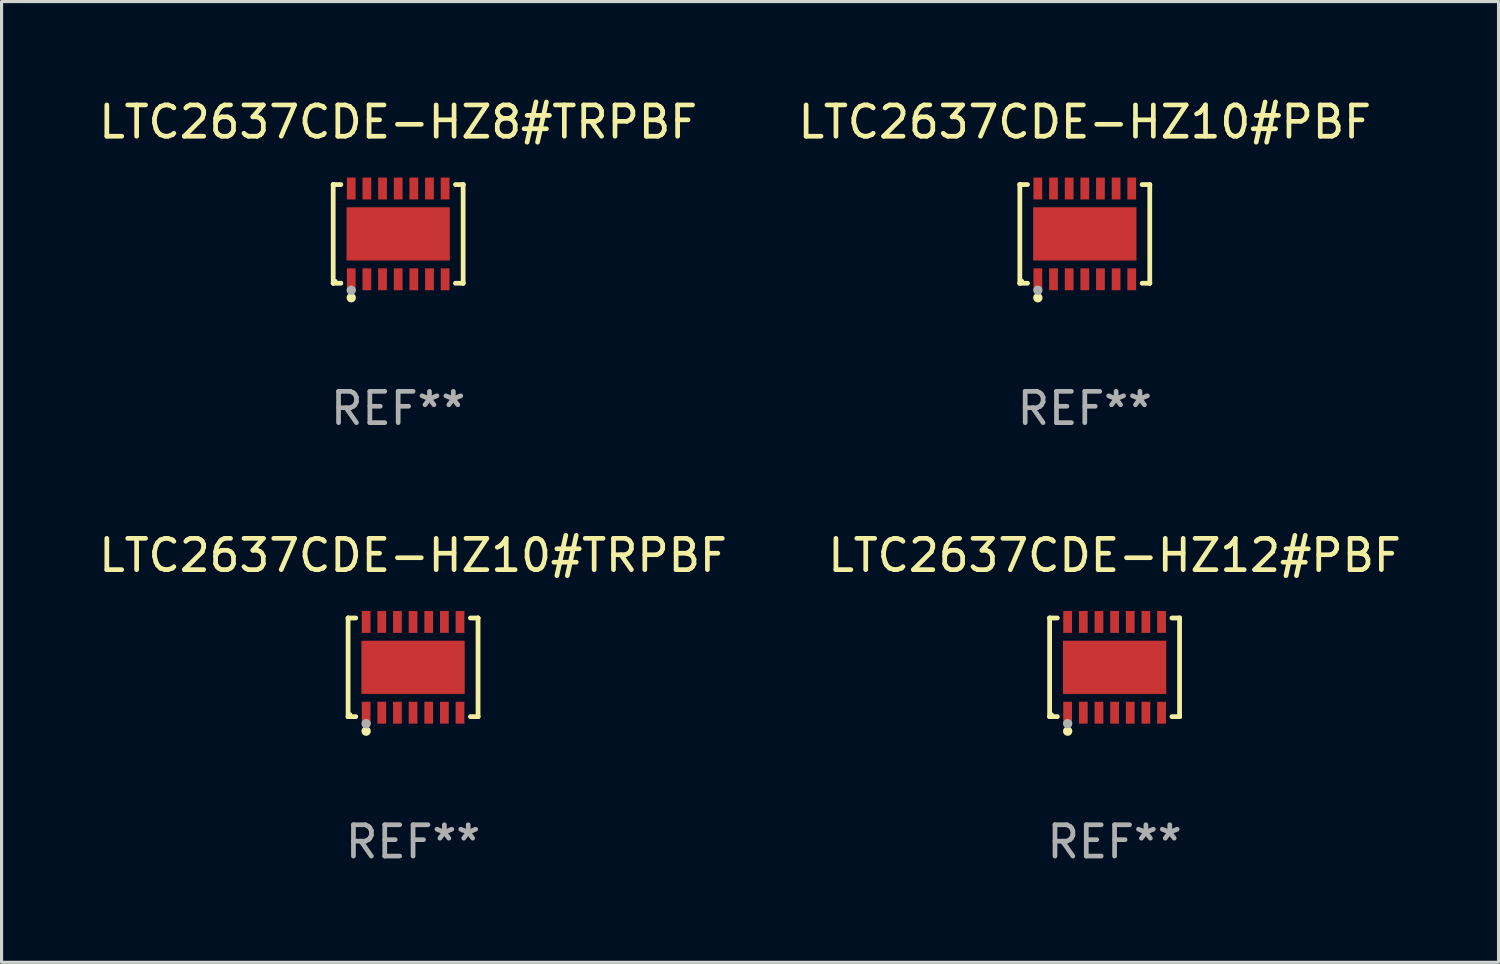
<source format=kicad_pcb>
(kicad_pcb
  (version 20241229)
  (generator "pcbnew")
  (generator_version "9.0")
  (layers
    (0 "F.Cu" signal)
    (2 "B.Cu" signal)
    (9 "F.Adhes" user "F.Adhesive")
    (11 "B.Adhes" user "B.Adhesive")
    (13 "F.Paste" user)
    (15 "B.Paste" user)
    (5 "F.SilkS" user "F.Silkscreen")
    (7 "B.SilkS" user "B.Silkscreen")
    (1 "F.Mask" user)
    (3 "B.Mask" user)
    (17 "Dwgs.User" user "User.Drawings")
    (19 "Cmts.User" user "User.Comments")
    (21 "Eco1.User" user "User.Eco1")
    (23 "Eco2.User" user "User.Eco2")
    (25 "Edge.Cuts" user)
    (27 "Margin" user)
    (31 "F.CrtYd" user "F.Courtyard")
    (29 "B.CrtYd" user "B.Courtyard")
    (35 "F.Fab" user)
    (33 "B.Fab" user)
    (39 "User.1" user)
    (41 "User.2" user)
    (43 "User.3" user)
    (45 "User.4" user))
  (footprint "LTC2637CDE-HZ10#PBF"
    (layer "F.Cu")
    (at 31.613 4.424)
    (property "Reference" "LTC2637CDE-HZ10#PBF" (at 0 -3.576 0) (layer "F.SilkS") (effects (font (size 1 1) (thickness 0.15))))
    (attr through_hole)
    (fp_line (start -2.076 -1.576) (end -2.076 -1.576) (stroke (width 0.152) (type solid)) (layer "F.SilkS"))
    (fp_line (start -2.076 -1.576) (end -1.831 -1.576) (stroke (width 0.152) (type solid)) (layer "F.SilkS"))
    (fp_line (start -2.076 1.576) (end -2.076 -1.576) (stroke (width 0.152) (type solid)) (layer "F.SilkS"))
    (fp_line (start -2.076 1.576) (end -2.076 1.576) (stroke (width 0.152) (type solid)) (layer "F.SilkS"))
    (fp_line (start -1.831 1.576) (end -2.076 1.576) (stroke (width 0.152) (type solid)) (layer "F.SilkS"))
    (fp_line (start 1.831 1.576) (end 2.076 1.576) (stroke (width 0.152) (type solid)) (layer "F.SilkS"))
    (fp_line (start 2.076 -1.576) (end 1.831 -1.576) (stroke (width 0.152) (type solid)) (layer "F.SilkS"))
    (fp_line (start 2.076 -1.576) (end 2.076 -1.576) (stroke (width 0.152) (type solid)) (layer "F.SilkS"))
    (fp_line (start 2.076 1.576) (end 2.076 -1.576) (stroke (width 0.152) (type solid)) (layer "F.SilkS"))
    (fp_line (start 2.076 1.576) (end 2.076 1.576) (stroke (width 0.152) (type solid)) (layer "F.SilkS"))
    (fp_circle (center -2 1.5) (end -1.97 1.5) (stroke (width 0.06) (type solid)) (fill no) (layer "F.SilkS"))
    (fp_circle (center -1.5 2.04) (end -1.425 2.04) (stroke (width 0.15) (type solid)) (fill no) (layer "F.SilkS"))
    (fp_circle (center -1.5 1.8) (end -1.425 1.8) (stroke (width 0.15) (type solid)) (fill no) (layer "F.Fab"))
    (fp_text user "REF**" (at 0 5.576 0) (layer "F.Fab") (effects (font (size 1 1) (thickness 0.15))))
    (pad "1" smd rect (at -1.5 1.45) (size 0.28 0.7) (layers "F.Cu" "F.Mask" "F.Paste"))
    (pad "2" smd rect (at -1 1.45) (size 0.28 0.7) (layers "F.Cu" "F.Mask" "F.Paste"))
    (pad "3" smd rect (at -0.5 1.45) (size 0.28 0.7) (layers "F.Cu" "F.Mask" "F.Paste"))
    (pad "4" smd rect (at 0 1.45) (size 0.28 0.7) (layers "F.Cu" "F.Mask" "F.Paste"))
    (pad "5" smd rect (at 0.5 1.45) (size 0.28 0.7) (layers "F.Cu" "F.Mask" "F.Paste"))
    (pad "6" smd rect (at 1 1.45) (size 0.28 0.7) (layers "F.Cu" "F.Mask" "F.Paste"))
    (pad "7" smd rect (at 1.5 1.45) (size 0.28 0.7) (layers "F.Cu" "F.Mask" "F.Paste"))
    (pad "8" smd rect (at 1.5 -1.45) (size 0.28 0.7) (layers "F.Cu" "F.Mask" "F.Paste"))
    (pad "9" smd rect (at 1 -1.45) (size 0.28 0.7) (layers "F.Cu" "F.Mask" "F.Paste"))
    (pad "10" smd rect (at 0.5 -1.45) (size 0.28 0.7) (layers "F.Cu" "F.Mask" "F.Paste"))
    (pad "11" smd rect (at 0 -1.45) (size 0.28 0.7) (layers "F.Cu" "F.Mask" "F.Paste"))
    (pad "12" smd rect (at -0.5 -1.45) (size 0.28 0.7) (layers "F.Cu" "F.Mask" "F.Paste"))
    (pad "13" smd rect (at -1 -1.45) (size 0.28 0.7) (layers "F.Cu" "F.Mask" "F.Paste"))
    (pad "14" smd rect (at -1.5 -1.45) (size 0.28 0.7) (layers "F.Cu" "F.Mask" "F.Paste"))
    (pad "15" smd rect (at 0 0) (size 3.3 1.7) (layers "F.Cu" "F.Mask" "F.Paste")))
  (footprint "LTC2637CDE-HZ8#TRPBF"
    (layer "F.Cu")
    (at 9.673 4.424)
    (property "Reference" "LTC2637CDE-HZ8#TRPBF" (at 0 -3.576 0) (layer "F.SilkS") (effects (font (size 1 1) (thickness 0.15))))
    (attr through_hole)
    (fp_line (start -2.076 -1.576) (end -2.076 -1.576) (stroke (width 0.152) (type solid)) (layer "F.SilkS"))
    (fp_line (start -2.076 -1.576) (end -1.831 -1.576) (stroke (width 0.152) (type solid)) (layer "F.SilkS"))
    (fp_line (start -2.076 1.576) (end -2.076 -1.576) (stroke (width 0.152) (type solid)) (layer "F.SilkS"))
    (fp_line (start -2.076 1.576) (end -2.076 1.576) (stroke (width 0.152) (type solid)) (layer "F.SilkS"))
    (fp_line (start -1.831 1.576) (end -2.076 1.576) (stroke (width 0.152) (type solid)) (layer "F.SilkS"))
    (fp_line (start 1.831 1.576) (end 2.076 1.576) (stroke (width 0.152) (type solid)) (layer "F.SilkS"))
    (fp_line (start 2.076 -1.576) (end 1.831 -1.576) (stroke (width 0.152) (type solid)) (layer "F.SilkS"))
    (fp_line (start 2.076 -1.576) (end 2.076 -1.576) (stroke (width 0.152) (type solid)) (layer "F.SilkS"))
    (fp_line (start 2.076 1.576) (end 2.076 -1.576) (stroke (width 0.152) (type solid)) (layer "F.SilkS"))
    (fp_line (start 2.076 1.576) (end 2.076 1.576) (stroke (width 0.152) (type solid)) (layer "F.SilkS"))
    (fp_circle (center -2 1.5) (end -1.97 1.5) (stroke (width 0.06) (type solid)) (fill no) (layer "F.SilkS"))
    (fp_circle (center -1.5 2.04) (end -1.425 2.04) (stroke (width 0.15) (type solid)) (fill no) (layer "F.SilkS"))
    (fp_circle (center -1.5 1.8) (end -1.425 1.8) (stroke (width 0.15) (type solid)) (fill no) (layer "F.Fab"))
    (fp_text user "REF**" (at 0 5.576 0) (layer "F.Fab") (effects (font (size 1 1) (thickness 0.15))))
    (pad "1" smd rect (at -1.5 1.45) (size 0.28 0.7) (layers "F.Cu" "F.Mask" "F.Paste"))
    (pad "2" smd rect (at -1 1.45) (size 0.28 0.7) (layers "F.Cu" "F.Mask" "F.Paste"))
    (pad "3" smd rect (at -0.5 1.45) (size 0.28 0.7) (layers "F.Cu" "F.Mask" "F.Paste"))
    (pad "4" smd rect (at 0 1.45) (size 0.28 0.7) (layers "F.Cu" "F.Mask" "F.Paste"))
    (pad "5" smd rect (at 0.5 1.45) (size 0.28 0.7) (layers "F.Cu" "F.Mask" "F.Paste"))
    (pad "6" smd rect (at 1 1.45) (size 0.28 0.7) (layers "F.Cu" "F.Mask" "F.Paste"))
    (pad "7" smd rect (at 1.5 1.45) (size 0.28 0.7) (layers "F.Cu" "F.Mask" "F.Paste"))
    (pad "8" smd rect (at 1.5 -1.45) (size 0.28 0.7) (layers "F.Cu" "F.Mask" "F.Paste"))
    (pad "9" smd rect (at 1 -1.45) (size 0.28 0.7) (layers "F.Cu" "F.Mask" "F.Paste"))
    (pad "10" smd rect (at 0.5 -1.45) (size 0.28 0.7) (layers "F.Cu" "F.Mask" "F.Paste"))
    (pad "11" smd rect (at 0 -1.45) (size 0.28 0.7) (layers "F.Cu" "F.Mask" "F.Paste"))
    (pad "12" smd rect (at -0.5 -1.45) (size 0.28 0.7) (layers "F.Cu" "F.Mask" "F.Paste"))
    (pad "13" smd rect (at -1 -1.45) (size 0.28 0.7) (layers "F.Cu" "F.Mask" "F.Paste"))
    (pad "14" smd rect (at -1.5 -1.45) (size 0.28 0.7) (layers "F.Cu" "F.Mask" "F.Paste"))
    (pad "15" smd rect (at 0 0) (size 3.3 1.7) (layers "F.Cu" "F.Mask" "F.Paste")))
  (footprint "LTC2637CDE-HZ10#TRPBF"
    (layer "F.Cu")
    (at 10.149 18.273)
    (property "Reference" "LTC2637CDE-HZ10#TRPBF" (at 0 -3.576 0) (layer "F.SilkS") (effects (font (size 1 1) (thickness 0.15))))
    (attr through_hole)
    (fp_line (start -2.076 -1.576) (end -2.076 -1.576) (stroke (width 0.152) (type solid)) (layer "F.SilkS"))
    (fp_line (start -2.076 -1.576) (end -1.831 -1.576) (stroke (width 0.152) (type solid)) (layer "F.SilkS"))
    (fp_line (start -2.076 1.576) (end -2.076 -1.576) (stroke (width 0.152) (type solid)) (layer "F.SilkS"))
    (fp_line (start -2.076 1.576) (end -2.076 1.576) (stroke (width 0.152) (type solid)) (layer "F.SilkS"))
    (fp_line (start -1.831 1.576) (end -2.076 1.576) (stroke (width 0.152) (type solid)) (layer "F.SilkS"))
    (fp_line (start 1.831 1.576) (end 2.076 1.576) (stroke (width 0.152) (type solid)) (layer "F.SilkS"))
    (fp_line (start 2.076 -1.576) (end 1.831 -1.576) (stroke (width 0.152) (type solid)) (layer "F.SilkS"))
    (fp_line (start 2.076 -1.576) (end 2.076 -1.576) (stroke (width 0.152) (type solid)) (layer "F.SilkS"))
    (fp_line (start 2.076 1.576) (end 2.076 -1.576) (stroke (width 0.152) (type solid)) (layer "F.SilkS"))
    (fp_line (start 2.076 1.576) (end 2.076 1.576) (stroke (width 0.152) (type solid)) (layer "F.SilkS"))
    (fp_circle (center -2 1.5) (end -1.97 1.5) (stroke (width 0.06) (type solid)) (fill no) (layer "F.SilkS"))
    (fp_circle (center -1.5 2.04) (end -1.425 2.04) (stroke (width 0.15) (type solid)) (fill no) (layer "F.SilkS"))
    (fp_circle (center -1.5 1.8) (end -1.425 1.8) (stroke (width 0.15) (type solid)) (fill no) (layer "F.Fab"))
    (fp_text user "REF**" (at 0 5.576 0) (layer "F.Fab") (effects (font (size 1 1) (thickness 0.15))))
    (pad "1" smd rect (at -1.5 1.45) (size 0.28 0.7) (layers "F.Cu" "F.Mask" "F.Paste"))
    (pad "2" smd rect (at -1 1.45) (size 0.28 0.7) (layers "F.Cu" "F.Mask" "F.Paste"))
    (pad "3" smd rect (at -0.5 1.45) (size 0.28 0.7) (layers "F.Cu" "F.Mask" "F.Paste"))
    (pad "4" smd rect (at 0 1.45) (size 0.28 0.7) (layers "F.Cu" "F.Mask" "F.Paste"))
    (pad "5" smd rect (at 0.5 1.45) (size 0.28 0.7) (layers "F.Cu" "F.Mask" "F.Paste"))
    (pad "6" smd rect (at 1 1.45) (size 0.28 0.7) (layers "F.Cu" "F.Mask" "F.Paste"))
    (pad "7" smd rect (at 1.5 1.45) (size 0.28 0.7) (layers "F.Cu" "F.Mask" "F.Paste"))
    (pad "8" smd rect (at 1.5 -1.45) (size 0.28 0.7) (layers "F.Cu" "F.Mask" "F.Paste"))
    (pad "9" smd rect (at 1 -1.45) (size 0.28 0.7) (layers "F.Cu" "F.Mask" "F.Paste"))
    (pad "10" smd rect (at 0.5 -1.45) (size 0.28 0.7) (layers "F.Cu" "F.Mask" "F.Paste"))
    (pad "11" smd rect (at 0 -1.45) (size 0.28 0.7) (layers "F.Cu" "F.Mask" "F.Paste"))
    (pad "12" smd rect (at -0.5 -1.45) (size 0.28 0.7) (layers "F.Cu" "F.Mask" "F.Paste"))
    (pad "13" smd rect (at -1 -1.45) (size 0.28 0.7) (layers "F.Cu" "F.Mask" "F.Paste"))
    (pad "14" smd rect (at -1.5 -1.45) (size 0.28 0.7) (layers "F.Cu" "F.Mask" "F.Paste"))
    (pad "15" smd rect (at 0 0) (size 3.3 1.7) (layers "F.Cu" "F.Mask" "F.Paste")))
  (footprint "LTC2637CDE-HZ12#PBF"
    (layer "F.Cu")
    (at 32.565 18.273)
    (property "Reference" "LTC2637CDE-HZ12#PBF" (at 0 -3.576 0) (layer "F.SilkS") (effects (font (size 1 1) (thickness 0.15))))
    (attr through_hole)
    (fp_line (start -2.076 -1.576) (end -2.076 -1.576) (stroke (width 0.152) (type solid)) (layer "F.SilkS"))
    (fp_line (start -2.076 -1.576) (end -1.831 -1.576) (stroke (width 0.152) (type solid)) (layer "F.SilkS"))
    (fp_line (start -2.076 1.576) (end -2.076 -1.576) (stroke (width 0.152) (type solid)) (layer "F.SilkS"))
    (fp_line (start -2.076 1.576) (end -2.076 1.576) (stroke (width 0.152) (type solid)) (layer "F.SilkS"))
    (fp_line (start -1.831 1.576) (end -2.076 1.576) (stroke (width 0.152) (type solid)) (layer "F.SilkS"))
    (fp_line (start 1.831 1.576) (end 2.076 1.576) (stroke (width 0.152) (type solid)) (layer "F.SilkS"))
    (fp_line (start 2.076 -1.576) (end 1.831 -1.576) (stroke (width 0.152) (type solid)) (layer "F.SilkS"))
    (fp_line (start 2.076 -1.576) (end 2.076 -1.576) (stroke (width 0.152) (type solid)) (layer "F.SilkS"))
    (fp_line (start 2.076 1.576) (end 2.076 -1.576) (stroke (width 0.152) (type solid)) (layer "F.SilkS"))
    (fp_line (start 2.076 1.576) (end 2.076 1.576) (stroke (width 0.152) (type solid)) (layer "F.SilkS"))
    (fp_circle (center -2 1.5) (end -1.97 1.5) (stroke (width 0.06) (type solid)) (fill no) (layer "F.SilkS"))
    (fp_circle (center -1.5 2.04) (end -1.425 2.04) (stroke (width 0.15) (type solid)) (fill no) (layer "F.SilkS"))
    (fp_circle (center -1.5 1.8) (end -1.425 1.8) (stroke (width 0.15) (type solid)) (fill no) (layer "F.Fab"))
    (fp_text user "REF**" (at 0 5.576 0) (layer "F.Fab") (effects (font (size 1 1) (thickness 0.15))))
    (pad "1" smd rect (at -1.5 1.45) (size 0.28 0.7) (layers "F.Cu" "F.Mask" "F.Paste"))
    (pad "2" smd rect (at -1 1.45) (size 0.28 0.7) (layers "F.Cu" "F.Mask" "F.Paste"))
    (pad "3" smd rect (at -0.5 1.45) (size 0.28 0.7) (layers "F.Cu" "F.Mask" "F.Paste"))
    (pad "4" smd rect (at 0 1.45) (size 0.28 0.7) (layers "F.Cu" "F.Mask" "F.Paste"))
    (pad "5" smd rect (at 0.5 1.45) (size 0.28 0.7) (layers "F.Cu" "F.Mask" "F.Paste"))
    (pad "6" smd rect (at 1 1.45) (size 0.28 0.7) (layers "F.Cu" "F.Mask" "F.Paste"))
    (pad "7" smd rect (at 1.5 1.45) (size 0.28 0.7) (layers "F.Cu" "F.Mask" "F.Paste"))
    (pad "8" smd rect (at 1.5 -1.45) (size 0.28 0.7) (layers "F.Cu" "F.Mask" "F.Paste"))
    (pad "9" smd rect (at 1 -1.45) (size 0.28 0.7) (layers "F.Cu" "F.Mask" "F.Paste"))
    (pad "10" smd rect (at 0.5 -1.45) (size 0.28 0.7) (layers "F.Cu" "F.Mask" "F.Paste"))
    (pad "11" smd rect (at 0 -1.45) (size 0.28 0.7) (layers "F.Cu" "F.Mask" "F.Paste"))
    (pad "12" smd rect (at -0.5 -1.45) (size 0.28 0.7) (layers "F.Cu" "F.Mask" "F.Paste"))
    (pad "13" smd rect (at -1 -1.45) (size 0.28 0.7) (layers "F.Cu" "F.Mask" "F.Paste"))
    (pad "14" smd rect (at -1.5 -1.45) (size 0.28 0.7) (layers "F.Cu" "F.Mask" "F.Paste"))
    (pad "15" smd rect (at 0 0) (size 3.3 1.7) (layers "F.Cu" "F.Mask" "F.Paste")))
  (gr_rect
    (start -3 -3)
    (end 44.833 27.698)
    (stroke (width 0.1) (type default))
    (fill no)
    (layer "Edge.Cuts")))
</source>
